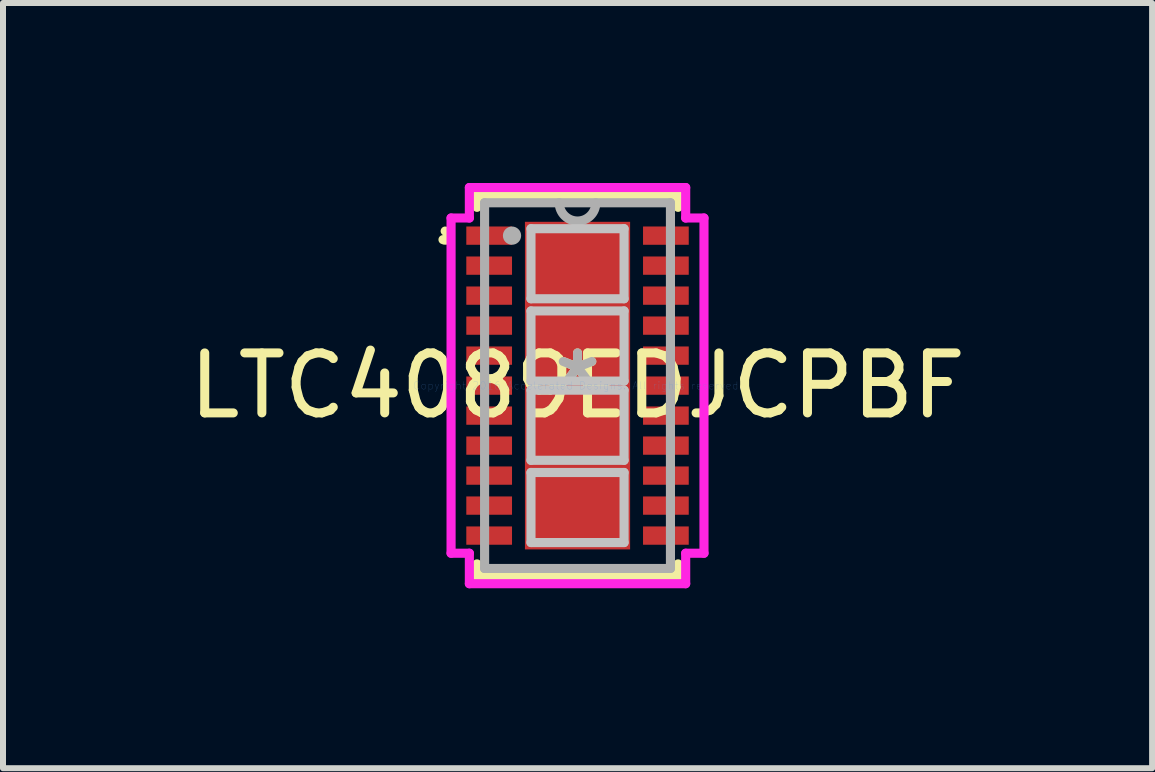
<source format=kicad_pcb>
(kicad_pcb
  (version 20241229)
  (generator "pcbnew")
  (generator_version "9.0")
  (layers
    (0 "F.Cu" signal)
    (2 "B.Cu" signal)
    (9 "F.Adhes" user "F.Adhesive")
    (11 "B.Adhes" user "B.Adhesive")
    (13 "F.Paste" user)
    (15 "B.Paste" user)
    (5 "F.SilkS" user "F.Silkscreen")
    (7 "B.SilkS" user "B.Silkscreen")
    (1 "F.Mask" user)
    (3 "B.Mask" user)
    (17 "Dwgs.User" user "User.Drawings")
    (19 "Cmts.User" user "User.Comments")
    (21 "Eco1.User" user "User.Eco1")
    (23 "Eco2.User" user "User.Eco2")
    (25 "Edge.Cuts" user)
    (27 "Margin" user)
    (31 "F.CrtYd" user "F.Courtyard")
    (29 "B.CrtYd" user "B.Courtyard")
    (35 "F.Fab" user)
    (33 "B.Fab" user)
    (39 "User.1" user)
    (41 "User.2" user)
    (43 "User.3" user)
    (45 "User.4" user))
  (footprint "LTC4089EDJCPBF"
    (layer "F.Cu")
    (at 6.577 3.378)
    (property "Reference" "LTC4089EDJCPBF" (at 0 0 0) (layer "F.SilkS") (effects (font (size 1 1) (thickness 0.15))))
    (attr through_hole)
    (fp_line (start -1.676 -3.175) (end -1.676 -2.972) (stroke (width 0.152) (type solid)) (layer "F.SilkS"))
    (fp_line (start -1.676 2.972) (end -1.676 3.175) (stroke (width 0.152) (type solid)) (layer "F.SilkS"))
    (fp_line (start -1.676 3.175) (end 1.676 3.175) (stroke (width 0.152) (type solid)) (layer "F.SilkS"))
    (fp_line (start 1.676 -3.175) (end -1.676 -3.175) (stroke (width 0.152) (type solid)) (layer "F.SilkS"))
    (fp_line (start 1.676 -2.972) (end 1.676 -3.175) (stroke (width 0.152) (type solid)) (layer "F.SilkS"))
    (fp_line (start 1.676 3.175) (end 1.676 2.972) (stroke (width 0.152) (type solid)) (layer "F.SilkS"))
    (fp_arc (start -2.2058 -2.5762) (mid -2.131971 -2.48114) (end -2.242346 -2.433136) (stroke (width 0.1524) (type solid)) (layer "F.SilkS"))
    (fp_line (start -0.776 -2.616) (end -0.776 -1.448) (stroke (width 0.152) (type solid)) (layer "Dwgs.User"))
    (fp_line (start -0.776 -1.448) (end 0.776 -1.448) (stroke (width 0.152) (type solid)) (layer "Dwgs.User"))
    (fp_line (start -0.776 -1.245) (end -0.776 -0.076) (stroke (width 0.152) (type solid)) (layer "Dwgs.User"))
    (fp_line (start -0.776 -0.076) (end 0.776 -0.076) (stroke (width 0.152) (type solid)) (layer "Dwgs.User"))
    (fp_line (start -0.776 0.076) (end -0.776 1.245) (stroke (width 0.152) (type solid)) (layer "Dwgs.User"))
    (fp_line (start -0.776 1.245) (end 0.776 1.245) (stroke (width 0.152) (type solid)) (layer "Dwgs.User"))
    (fp_line (start -0.776 1.448) (end -0.776 2.616) (stroke (width 0.152) (type solid)) (layer "Dwgs.User"))
    (fp_line (start -0.776 2.616) (end 0.776 2.616) (stroke (width 0.152) (type solid)) (layer "Dwgs.User"))
    (fp_line (start 0.776 -2.616) (end -0.776 -2.616) (stroke (width 0.152) (type solid)) (layer "Dwgs.User"))
    (fp_line (start 0.776 -1.448) (end 0.776 -2.616) (stroke (width 0.152) (type solid)) (layer "Dwgs.User"))
    (fp_line (start 0.776 -1.245) (end -0.776 -1.245) (stroke (width 0.152) (type solid)) (layer "Dwgs.User"))
    (fp_line (start 0.776 -0.076) (end 0.776 -1.245) (stroke (width 0.152) (type solid)) (layer "Dwgs.User"))
    (fp_line (start 0.776 0.076) (end -0.776 0.076) (stroke (width 0.152) (type solid)) (layer "Dwgs.User"))
    (fp_line (start 0.776 1.245) (end 0.776 0.076) (stroke (width 0.152) (type solid)) (layer "Dwgs.User"))
    (fp_line (start 0.776 1.448) (end -0.776 1.448) (stroke (width 0.152) (type solid)) (layer "Dwgs.User"))
    (fp_line (start 0.776 2.616) (end 0.776 1.448) (stroke (width 0.152) (type solid)) (layer "Dwgs.User"))
    (fp_line (start -2.108 -2.794) (end -1.803 -2.794) (stroke (width 0.152) (type solid)) (layer "F.CrtYd"))
    (fp_line (start -2.108 2.794) (end -2.108 -2.794) (stroke (width 0.152) (type solid)) (layer "F.CrtYd"))
    (fp_line (start -1.803 -3.302) (end 1.803 -3.302) (stroke (width 0.152) (type solid)) (layer "F.CrtYd"))
    (fp_line (start -1.803 -2.794) (end -1.803 -3.302) (stroke (width 0.152) (type solid)) (layer "F.CrtYd"))
    (fp_line (start -1.803 2.794) (end -2.108 2.794) (stroke (width 0.152) (type solid)) (layer "F.CrtYd"))
    (fp_line (start -1.803 3.302) (end -1.803 2.794) (stroke (width 0.152) (type solid)) (layer "F.CrtYd"))
    (fp_line (start 1.803 -3.302) (end 1.803 -2.794) (stroke (width 0.152) (type solid)) (layer "F.CrtYd"))
    (fp_line (start 1.803 -2.794) (end 2.108 -2.794) (stroke (width 0.152) (type solid)) (layer "F.CrtYd"))
    (fp_line (start 1.803 2.794) (end 1.803 3.302) (stroke (width 0.152) (type solid)) (layer "F.CrtYd"))
    (fp_line (start 1.803 3.302) (end -1.803 3.302) (stroke (width 0.152) (type solid)) (layer "F.CrtYd"))
    (fp_line (start 2.108 -2.794) (end 2.108 2.794) (stroke (width 0.152) (type solid)) (layer "F.CrtYd"))
    (fp_line (start 2.108 2.794) (end 1.803 2.794) (stroke (width 0.152) (type solid)) (layer "F.CrtYd"))
    (fp_line (start -1.549 -3.048) (end -1.549 3.048) (stroke (width 0.152) (type solid)) (layer "F.Fab"))
    (fp_line (start -1.549 3.048) (end 1.549 3.048) (stroke (width 0.152) (type solid)) (layer "F.Fab"))
    (fp_line (start 1.549 -3.048) (end -1.549 -3.048) (stroke (width 0.152) (type solid)) (layer "F.Fab"))
    (fp_line (start 1.549 3.048) (end 1.549 -3.048) (stroke (width 0.152) (type solid)) (layer "F.Fab"))
    (fp_arc (start 0.3048 -3.048) (mid 0 -2.7432) (end -0.3048 -3.048) (stroke (width 0.1524) (type solid)) (layer "F.Fab"))
    (fp_circle (center -1.092 -2.5) (end -1.016 -2.5) (stroke (width 0.152) (type solid)) (fill no) (layer "F.Fab"))
    (fp_text user "*" (at 0 0 0) (layer "F.SilkS") (effects (font (size 1 1) (thickness 0.15))))
    (fp_text user "Copyright 2016 Accelerated Designs. All rights reserved." (at 0 0 0) (layer "Cmts.User") (effects (font (size 0.127 0.127) (thickness 0.002))))
    (fp_text user "*" (at 0 0 0) (layer "F.Fab") (effects (font (size 1 1) (thickness 0.15))))
    (pad "1" smd rect (at -1.473 -2.5) (size 0.762 0.305) (layers "F.Cu" "F.Mask" "F.Paste"))
    (pad "2" smd rect (at -1.473 -2) (size 0.762 0.305) (layers "F.Cu" "F.Mask" "F.Paste"))
    (pad "3" smd rect (at -1.473 -1.5) (size 0.762 0.305) (layers "F.Cu" "F.Mask" "F.Paste"))
    (pad "4" smd rect (at -1.473 -1) (size 0.762 0.305) (layers "F.Cu" "F.Mask" "F.Paste"))
    (pad "5" smd rect (at -1.473 -0.5) (size 0.762 0.305) (layers "F.Cu" "F.Mask" "F.Paste"))
    (pad "6" smd rect (at -1.473 0) (size 0.762 0.305) (layers "F.Cu" "F.Mask" "F.Paste"))
    (pad "7" smd rect (at -1.473 0.5) (size 0.762 0.305) (layers "F.Cu" "F.Mask" "F.Paste"))
    (pad "8" smd rect (at -1.473 1) (size 0.762 0.305) (layers "F.Cu" "F.Mask" "F.Paste"))
    (pad "9" smd rect (at -1.473 1.5) (size 0.762 0.305) (layers "F.Cu" "F.Mask" "F.Paste"))
    (pad "10" smd rect (at -1.473 2) (size 0.762 0.305) (layers "F.Cu" "F.Mask" "F.Paste"))
    (pad "11" smd rect (at -1.473 2.5) (size 0.762 0.305) (layers "F.Cu" "F.Mask" "F.Paste"))
    (pad "12" smd rect (at 1.473 2.5) (size 0.762 0.305) (layers "F.Cu" "F.Mask" "F.Paste"))
    (pad "13" smd rect (at 1.473 2) (size 0.762 0.305) (layers "F.Cu" "F.Mask" "F.Paste"))
    (pad "14" smd rect (at 1.473 1.5) (size 0.762 0.305) (layers "F.Cu" "F.Mask" "F.Paste"))
    (pad "15" smd rect (at 1.473 1) (size 0.762 0.305) (layers "F.Cu" "F.Mask" "F.Paste"))
    (pad "16" smd rect (at 1.473 0.5) (size 0.762 0.305) (layers "F.Cu" "F.Mask" "F.Paste"))
    (pad "17" smd rect (at 1.473 0) (size 0.762 0.305) (layers "F.Cu" "F.Mask" "F.Paste"))
    (pad "18" smd rect (at 1.473 -0.5) (size 0.762 0.305) (layers "F.Cu" "F.Mask" "F.Paste"))
    (pad "19" smd rect (at 1.473 -1) (size 0.762 0.305) (layers "F.Cu" "F.Mask" "F.Paste"))
    (pad "20" smd rect (at 1.473 -1.5) (size 0.762 0.305) (layers "F.Cu" "F.Mask" "F.Paste"))
    (pad "21" smd rect (at 1.473 -2) (size 0.762 0.305) (layers "F.Cu" "F.Mask" "F.Paste"))
    (pad "22" smd rect (at 1.473 -2.5) (size 0.762 0.305) (layers "F.Cu" "F.Mask" "F.Paste"))
    (pad "23" smd rect (at 0 0) (size 1.753 5.461) (layers "F.Cu" "F.Mask" "F.Paste")))
  (gr_rect
    (start -3 -3)
    (end 16.155 9.756)
    (stroke (width 0.1) (type default))
    (fill no)
    (layer "Edge.Cuts")))
</source>
